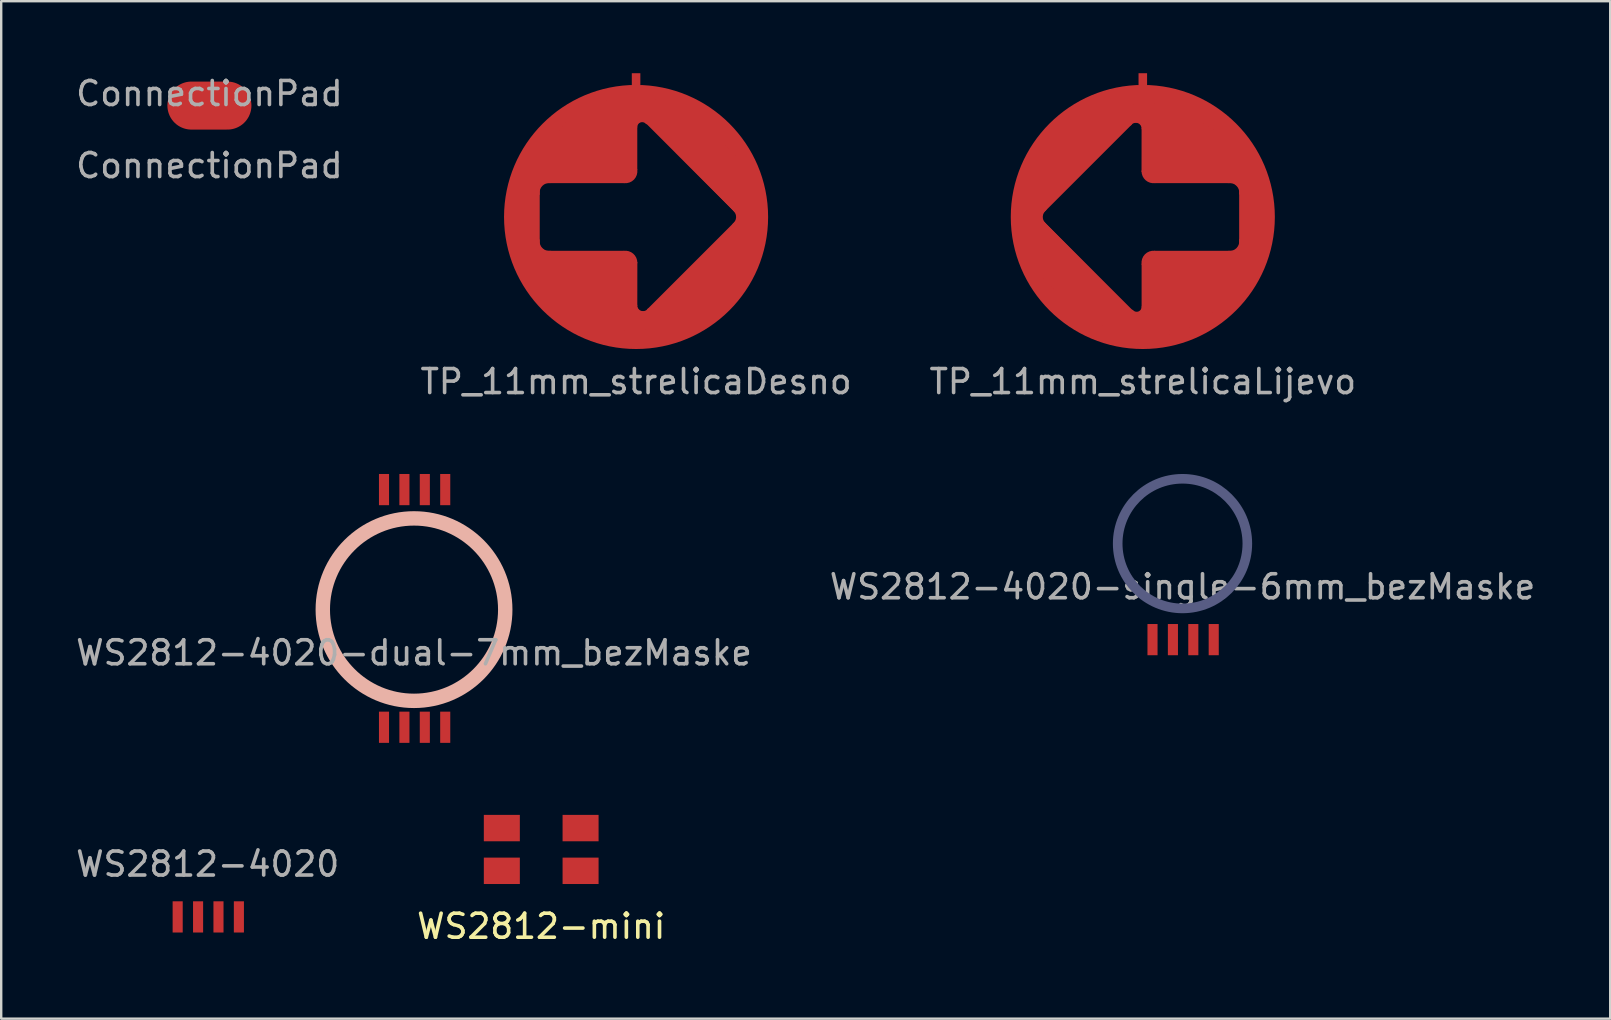
<source format=kicad_pcb>
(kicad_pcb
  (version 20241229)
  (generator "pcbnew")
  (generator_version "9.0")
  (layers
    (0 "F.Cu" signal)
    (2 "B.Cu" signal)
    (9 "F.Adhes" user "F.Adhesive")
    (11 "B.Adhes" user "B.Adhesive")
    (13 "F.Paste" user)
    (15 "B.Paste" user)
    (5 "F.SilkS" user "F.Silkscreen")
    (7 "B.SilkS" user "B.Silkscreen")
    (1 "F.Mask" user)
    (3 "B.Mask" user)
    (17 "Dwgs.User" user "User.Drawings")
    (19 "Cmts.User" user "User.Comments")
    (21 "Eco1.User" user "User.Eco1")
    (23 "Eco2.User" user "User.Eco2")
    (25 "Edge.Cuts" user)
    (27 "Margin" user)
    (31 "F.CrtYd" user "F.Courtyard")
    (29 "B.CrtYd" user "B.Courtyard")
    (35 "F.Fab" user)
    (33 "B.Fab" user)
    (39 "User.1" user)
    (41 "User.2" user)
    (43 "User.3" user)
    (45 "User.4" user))
  (footprint "TP_11mm_strelicaDesno"
    (layer "F.Cu")
    (at 23.446 5.988)
    (property "Reference" "TP_11mm_strelicaDesno" (at 0 6.858 0) (layer "F.Fab") (effects (font (size 1 1) (thickness 0.15))))
    (attr through_hole)
    (fp_line (start -4.064 -1.46) (end -0.494 -1.459) (stroke (width 0.1) (type solid)) (layer "F.Cu"))
    (fp_line (start -4.064 1.46) (end -4.064 -1.46) (stroke (width 0.1) (type solid)) (layer "F.Cu"))
    (fp_line (start -0.508 1.46) (end -4.064 1.46) (stroke (width 0.1) (type solid)) (layer "F.Cu"))
    (fp_line (start 0 -1.968) (end 0 -3.747) (stroke (width 0.1) (type solid)) (layer "F.Cu"))
    (fp_line (start 0.001 3.697) (end 0.003 1.905) (stroke (width 0.1) (type solid)) (layer "F.Cu"))
    (fp_line (start 0.445 -3.937) (end 4.381 0) (stroke (width 0.1) (type solid)) (layer "F.Cu"))
    (fp_line (start 4.381 0) (end 0.508 3.873) (stroke (width 0.1) (type solid)) (layer "F.Cu"))
    (fp_arc (start -4.064 -0.9525) (mid -3.94192 -1.328502) (end -3.569915 -1.462267) (stroke (width 0.1) (type solid)) (layer "F.Cu"))
    (fp_arc (start -3.556 1.4605) (mid -3.932002 1.33842) (end -4.065767 0.966415) (stroke (width 0.1) (type solid)) (layer "F.Cu"))
    (fp_arc (start -0.508 1.4605) (mid -0.151574 1.566551) (end 0.002499 1.905) (stroke (width 0.1) (type solid)) (layer "F.Cu"))
    (fp_arc (start 0 -3.7465) (mid 0.163824 -3.983954) (end 0.443971 -3.915103) (stroke (width 0.1) (type solid)) (layer "F.Cu"))
    (fp_arc (start 0 -1.9685) (mid -0.12208 -1.592498) (end -0.494085 -1.458733) (stroke (width 0.1) (type solid)) (layer "F.Cu"))
    (fp_arc (start 0.520255 3.859585) (mid 0.196856 3.957703) (end 0 3.683) (stroke (width 0.1) (type solid)) (layer "F.Cu"))
    (fp_arc (start 4.097508 -0.287508) (mid 4.215976 0.022485) (end 4.064 0.3175) (stroke (width 0.1) (type solid)) (layer "F.Cu"))
    (fp_circle (center 0 0) (end -5 0) (stroke (width 1) (type solid)) (fill no) (layer "F.Cu"))
    (fp_poly (pts (xy -4.128 -1.524) (xy -3.81 -1.524) (xy -4.128 -1.27)) (stroke (width 0.1) (type solid)) (fill yes) (layer "F.Cu"))
    (fp_poly (pts (xy -4.128 1.206) (xy -3.81 1.46) (xy -4.128 1.46)) (stroke (width 0.1) (type solid)) (fill yes) (layer "F.Cu"))
    (fp_poly (pts (xy -4.636 -0.064) (xy -4.064 -0.064) (xy -4.064 1.587) (xy -4.636 1.587)) (stroke (width 0.01) (type solid)) (fill yes) (layer "F.Cu"))
    (fp_poly (pts (xy 4.255 -0.064) (xy 4.445 -0.064) (xy 4.445 0.127) (xy 4.255 0.127)) (stroke (width 0.1) (type solid)) (fill yes) (layer "F.Cu"))
    (fp_poly (pts (xy -4.064 2.985) (xy -4.826 1.587) (xy -4.064 1.46) (xy -0.318 1.46) (xy -0.064 1.651) (xy 0 2.159) (xy 0 3.683) (xy 0.127 3.937) (xy 0.445 3.937) (xy 4.255 0.127) (xy 4.255 -0.064) (xy 0.635 -3.747) (xy 0.318 -4) (xy 0.064 -3.937) (xy 0 -3.619) (xy 0 -1.905) (xy -0.127 -1.587) (xy -0.381 -1.46) (xy -4.064 -1.46) (xy -4.064 0.064) (xy -4.889 0.064) (xy -4.508 -1.841) (xy -2.603 -4.381) (xy -0.064 -5.271) (xy 2.477 -4.191) (xy 4.953 -1.778) (xy 4.508 2.413) (xy 1.651 4.636) (xy -1.079 4.763)) (stroke (width 0.01) (type solid)) (fill yes) (layer "F.Cu"))
    (fp_poly (pts (xy 0.33 -3.93) (xy 0.37 -3.91) (xy 0.4 -3.88) (xy 0.45 -3.85) (xy 4.1 -0.2) (xy 4.13 -0.14) (xy 4.15 -0.08) (xy 4.16 -0.01) (xy 4.16 0.05) (xy 4.14 0.12) (xy 4.1 0.2) (xy 0.42 3.88) (xy 0.36 3.91) (xy 0.31 3.92) (xy 0.26 3.92) (xy 0.17 3.89) (xy 0.13 3.86) (xy 0.09 3.81) (xy 0.07 3.77) (xy 0.06 3.69) (xy 0.06 1.84) (xy 0.03 1.74) (xy -0.01 1.65) (xy -0.04 1.61) (xy -0.09 1.55) (xy -0.19 1.47) (xy -0.26 1.44) (xy -0.35 1.41) (xy -0.4 1.4) (xy -3.68 1.4) (xy -3.74 1.39) (xy -3.81 1.36) (xy -3.88 1.31) (xy -3.93 1.26) (xy -3.98 1.18) (xy -4 1.11) (xy -4.01 1.04) (xy -4.01 0.79) (xy -4 -0.17) (xy -4 -1.12) (xy -3.92 -1.27) (xy -3.83 -1.35) (xy -3.72 -1.4) (xy -0.41 -1.4) (xy -0.3 -1.42) (xy -0.22 -1.45) (xy -0.15 -1.49) (xy -0.1 -1.53) (xy -0.05 -1.59) (xy 0 -1.67) (xy 0.02 -1.71) (xy 0.04 -1.77) (xy 0.06 -1.84) (xy 0.06 -3.79) (xy 0.09 -3.86) (xy 0.14 -3.91) (xy 0.18 -3.93) (xy 0.21 -3.94) (xy 0.3 -3.94)) (stroke (width 0.001) (type solid)) (fill yes) (layer "F.Mask"))
    (fp_circle (center 0 0) (end 5.3 0) (stroke (width 0.001) (type solid)) (fill yes) (layer "B.Mask"))
    (pad "1" smd rect (at 0 -5.738) (size 0.356 0.5) (layers "F.Cu"))
    (zone (net_name "") (layer "F.Cu") (hatch edge 0.508) (connect_pads) (min_thickness 0.254) (filled_areas_thickness no) (keepout (tracks not_allowed) (vias not_allowed) (pads not_allowed) (copperpour not_allowed) (footprints allowed)) (placement (enabled no)) (fill) (polygon (pts (xy 28.451 5.988) (xy 28.432 5.543) (xy 28.372 5.102) (xy 28.274 4.667) (xy 28.138 4.243) (xy 27.964 3.833) (xy 27.754 3.44) (xy 27.511 3.067) (xy 27.235 2.717) (xy 26.93 2.394) (xy 26.596 2.098) (xy 26.238 1.834) (xy 25.858 1.602) (xy 25.458 1.405) (xy 25.043 1.244) (xy 24.615 1.121) (xy 24.178 1.037) (xy 23.735 0.991) (xy 23.289 0.985) (xy 22.845 1.019) (xy 22.406 1.092) (xy 21.975 1.204) (xy 21.555 1.354) (xy 21.151 1.54) (xy 20.765 1.762) (xy 20.4 2.017) (xy 20.059 2.304) (xy 19.745 2.619) (xy 19.46 2.962) (xy 19.207 3.328) (xy 18.987 3.716) (xy 18.803 4.121) (xy 18.655 4.541) (xy 18.545 4.973) (xy 18.475 5.413) (xy 18.443 5.857) (xy 18.451 6.302) (xy 18.499 6.745) (xy 18.586 7.182) (xy 18.711 7.609) (xy 18.874 8.024) (xy 19.073 8.422) (xy 19.307 8.801) (xy 19.573 9.158) (xy 19.87 9.49) (xy 20.196 9.794) (xy 20.547 10.068) (xy 20.921 10.309) (xy 21.315 10.517) (xy 21.726 10.688) (xy 22.151 10.822) (xy 22.586 10.918) (xy 23.028 10.975) (xy 23.473 10.993) (xy 23.917 10.971) (xy 24.359 10.909) (xy 24.792 10.809) (xy 25.216 10.67) (xy 25.625 10.494) (xy 26.017 10.283) (xy 26.388 10.037) (xy 26.737 9.759) (xy 27.059 9.452) (xy 27.353 9.117) (xy 27.615 8.758) (xy 27.845 8.376) (xy 28.04 7.976) (xy 28.198 7.559) (xy 28.319 7.131) (xy 28.402 6.693) (xy 28.445 6.25))))
    (zone (net_name "") (layer "B.Cu") (hatch edge 0.508) (connect_pads) (min_thickness 0.254) (filled_areas_thickness no) (keepout (tracks not_allowed) (vias not_allowed) (pads not_allowed) (copperpour not_allowed) (footprints allowed)) (placement (enabled no)) (fill) (polygon (pts (xy 28.451 5.988) (xy 28.432 5.543) (xy 28.372 5.102) (xy 28.274 4.667) (xy 28.138 4.243) (xy 27.964 3.833) (xy 27.754 3.44) (xy 27.511 3.067) (xy 27.235 2.717) (xy 26.93 2.394) (xy 26.596 2.098) (xy 26.238 1.834) (xy 25.858 1.602) (xy 25.458 1.405) (xy 25.043 1.244) (xy 24.615 1.121) (xy 24.178 1.037) (xy 23.735 0.991) (xy 23.289 0.985) (xy 22.845 1.019) (xy 22.406 1.092) (xy 21.975 1.204) (xy 21.555 1.354) (xy 21.151 1.54) (xy 20.765 1.762) (xy 20.4 2.017) (xy 20.059 2.304) (xy 19.745 2.619) (xy 19.46 2.962) (xy 19.207 3.328) (xy 18.987 3.716) (xy 18.803 4.121) (xy 18.655 4.541) (xy 18.545 4.973) (xy 18.475 5.413) (xy 18.443 5.857) (xy 18.451 6.302) (xy 18.499 6.745) (xy 18.586 7.182) (xy 18.711 7.609) (xy 18.874 8.024) (xy 19.073 8.422) (xy 19.307 8.801) (xy 19.573 9.158) (xy 19.87 9.49) (xy 20.196 9.794) (xy 20.547 10.068) (xy 20.921 10.309) (xy 21.315 10.517) (xy 21.726 10.688) (xy 22.151 10.822) (xy 22.586 10.918) (xy 23.028 10.975) (xy 23.473 10.993) (xy 23.917 10.971) (xy 24.359 10.909) (xy 24.792 10.809) (xy 25.216 10.67) (xy 25.625 10.494) (xy 26.017 10.283) (xy 26.388 10.037) (xy 26.737 9.759) (xy 27.059 9.452) (xy 27.353 9.117) (xy 27.615 8.758) (xy 27.845 8.376) (xy 28.04 7.976) (xy 28.198 7.559) (xy 28.319 7.131) (xy 28.402 6.693) (xy 28.445 6.25)))))
  (footprint "TP_11mm_strelicaLijevo"
    (layer "F.Cu")
    (at 44.554 5.988)
    (property "Reference" "TP_11mm_strelicaLijevo" (at 0 6.858 0) (layer "F.Fab") (effects (font (size 1 1) (thickness 0.15))))
    (attr through_hole)
    (fp_line (start -4.381 0) (end -0.508 -3.873) (stroke (width 0.1) (type solid)) (layer "F.Cu"))
    (fp_line (start -0.445 3.937) (end -4.381 0) (stroke (width 0.1) (type solid)) (layer "F.Cu"))
    (fp_line (start -0.001 -3.697) (end -0.003 -1.905) (stroke (width 0.1) (type solid)) (layer "F.Cu"))
    (fp_line (start 0 1.968) (end 0 3.747) (stroke (width 0.1) (type solid)) (layer "F.Cu"))
    (fp_line (start 0.508 -1.46) (end 4.064 -1.46) (stroke (width 0.1) (type solid)) (layer "F.Cu"))
    (fp_line (start 4.064 -1.46) (end 4.064 1.46) (stroke (width 0.1) (type solid)) (layer "F.Cu"))
    (fp_line (start 4.064 1.46) (end 0.494 1.459) (stroke (width 0.1) (type solid)) (layer "F.Cu"))
    (fp_arc (start -4.097508 0.287508) (mid -4.215976 -0.022485) (end -4.064 -0.3175) (stroke (width 0.1) (type solid)) (layer "F.Cu"))
    (fp_arc (start -0.520255 -3.859585) (mid -0.196856 -3.957703) (end 0 -3.683) (stroke (width 0.1) (type solid)) (layer "F.Cu"))
    (fp_arc (start 0 1.9685) (mid 0.12208 1.592498) (end 0.494085 1.458733) (stroke (width 0.1) (type solid)) (layer "F.Cu"))
    (fp_arc (start 0 3.7465) (mid -0.163824 3.983954) (end -0.443971 3.915103) (stroke (width 0.1) (type solid)) (layer "F.Cu"))
    (fp_arc (start 0.508 -1.4605) (mid 0.151574 -1.566551) (end -0.002499 -1.905) (stroke (width 0.1) (type solid)) (layer "F.Cu"))
    (fp_arc (start 3.556 -1.4605) (mid 3.932002 -1.33842) (end 4.065767 -0.966415) (stroke (width 0.1) (type solid)) (layer "F.Cu"))
    (fp_arc (start 4.064 0.9525) (mid 3.94192 1.328502) (end 3.569915 1.462267) (stroke (width 0.1) (type solid)) (layer "F.Cu"))
    (fp_circle (center 0 0) (end 5 0) (stroke (width 1) (type solid)) (fill no) (layer "F.Cu"))
    (fp_poly (pts (xy 4.128 -1.206) (xy 3.81 -1.46) (xy 4.128 -1.46)) (stroke (width 0.1) (type solid)) (fill yes) (layer "F.Cu"))
    (fp_poly (pts (xy 4.128 1.524) (xy 3.81 1.524) (xy 4.128 1.27)) (stroke (width 0.1) (type solid)) (fill yes) (layer "F.Cu"))
    (fp_poly (pts (xy -4.255 0.064) (xy -4.445 0.064) (xy -4.445 -0.127) (xy -4.255 -0.127)) (stroke (width 0.1) (type solid)) (fill yes) (layer "F.Cu"))
    (fp_poly (pts (xy 4.636 0.064) (xy 4.064 0.064) (xy 4.064 -1.587) (xy 4.636 -1.587)) (stroke (width 0.01) (type solid)) (fill yes) (layer "F.Cu"))
    (fp_poly (pts (xy 4.064 -2.985) (xy 4.826 -1.587) (xy 4.064 -1.46) (xy 0.318 -1.46) (xy 0.064 -1.651) (xy 0 -2.159) (xy 0 -3.683) (xy -0.127 -3.937) (xy -0.445 -3.937) (xy -4.255 -0.127) (xy -4.255 0.064) (xy -0.635 3.747) (xy -0.318 4) (xy -0.064 3.937) (xy 0 3.619) (xy 0 1.905) (xy 0.127 1.587) (xy 0.381 1.46) (xy 4.064 1.46) (xy 4.064 -0.064) (xy 4.889 -0.064) (xy 4.508 1.841) (xy 2.603 4.381) (xy 0.064 5.271) (xy -2.477 4.191) (xy -4.953 1.778) (xy -4.508 -2.413) (xy -1.651 -4.636) (xy 1.079 -4.763)) (stroke (width 0.01) (type solid)) (fill yes) (layer "F.Cu"))
    (fp_circle (center 0 0) (end 5.3 0) (stroke (width 0.001) (type solid)) (fill yes) (layer "B.Mask"))
    (pad "1" smd rect (at 0 -5.738) (size 0.356 0.5) (layers "F.Cu")))
  (footprint "ConnectionPad"
    (layer "F.Cu")
    (at 5.673 1.348)
    (property "Reference" "ConnectionPad" (at 0 -0.5 0) (unlocked yes) (layer "F.Fab") (effects (font (size 1 1) (thickness 0.15))))
    (attr smd)
    (fp_text user "${REFERENCE}" (at 0 2.5 0) (unlocked yes) (layer "F.Fab") (effects (font (size 1 1) (thickness 0.15))))
    (pad "1" smd oval (at 0 0) (size 3.5 2) (layers "F.Cu" "F.Mask" "F.Paste")))
  (footprint "WS2812-4020-single-6mm_bezMaske"
    (layer "F.Cu")
    (at 46.208 19.594)
    (property "Reference" "WS2812-4020-single-6mm_bezMaske" (at 0 1.8 0) (layer "F.Fab") (effects (font (size 1 1) (thickness 0.15))))
    (attr smd)
    (fp_circle (center 0 0) (end 2.35 0) (stroke (width 0.12) (type solid)) (fill yes) (layer "F.Mask"))
    (fp_circle (center 0 0) (end 2.35 0) (stroke (width 0.12) (type solid)) (fill yes) (layer "B.Mask"))
    (fp_circle (center 0 0) (end 2.7 0) (stroke (width 0.4) (type solid)) (fill no) (layer "B.Fab"))
    (pad "1" smd rect (at 1.3 4) (size 0.42 1.3) (layers "F.Cu" "F.Mask" "F.Paste"))
    (pad "2" smd rect (at 0.45 4) (size 0.42 1.3) (layers "F.Cu" "F.Mask" "F.Paste"))
    (pad "3" smd rect (at -0.4 4) (size 0.42 1.3) (layers "F.Cu" "F.Mask" "F.Paste"))
    (pad "4" smd rect (at -1.25 4) (size 0.42 1.3) (layers "F.Cu" "F.Mask" "F.Paste"))
    (zone (net_name "") (layer "F.Cu") (hatch edge 0.508) (connect_pads) (min_thickness 0.254) (filled_areas_thickness no) (keepout (tracks not_allowed) (vias not_allowed) (pads not_allowed) (copperpour not_allowed) (footprints allowed)) (placement (enabled no)) (fill) (polygon (pts (xy 48.704 19.594) (xy 48.684 19.281) (xy 48.625 18.974) (xy 48.529 18.675) (xy 48.395 18.392) (xy 48.227 18.127) (xy 48.027 17.886) (xy 47.799 17.671) (xy 47.545 17.487) (xy 47.271 17.336) (xy 46.979 17.221) (xy 46.676 17.143) (xy 46.365 17.104) (xy 46.052 17.104) (xy 45.741 17.143) (xy 45.437 17.221) (xy 45.146 17.336) (xy 44.871 17.487) (xy 44.618 17.671) (xy 44.389 17.886) (xy 44.189 18.127) (xy 44.022 18.392) (xy 43.888 18.675) (xy 43.791 18.974) (xy 43.733 19.281) (xy 43.713 19.594) (xy 43.733 19.907) (xy 43.791 20.215) (xy 43.888 20.513) (xy 44.022 20.796) (xy 44.189 21.061) (xy 44.389 21.302) (xy 44.618 21.517) (xy 44.871 21.701) (xy 45.146 21.852) (xy 45.437 21.967) (xy 45.741 22.045) (xy 46.052 22.085) (xy 46.365 22.085) (xy 46.676 22.045) (xy 46.979 21.967) (xy 47.271 21.852) (xy 47.545 21.701) (xy 47.799 21.517) (xy 48.027 21.302) (xy 48.227 21.061) (xy 48.395 20.796) (xy 48.529 20.513) (xy 48.625 20.215) (xy 48.684 19.907))))
    (zone (net_name "") (layer "B.Cu") (hatch edge 0.508) (connect_pads) (min_thickness 0.254) (filled_areas_thickness no) (keepout (tracks not_allowed) (vias not_allowed) (pads not_allowed) (copperpour not_allowed) (footprints allowed)) (placement (enabled no)) (fill) (polygon (pts (xy 48.704 19.594) (xy 48.684 19.281) (xy 48.625 18.974) (xy 48.529 18.675) (xy 48.395 18.392) (xy 48.227 18.127) (xy 48.027 17.886) (xy 47.799 17.671) (xy 47.545 17.487) (xy 47.271 17.336) (xy 46.979 17.221) (xy 46.676 17.143) (xy 46.365 17.104) (xy 46.052 17.104) (xy 45.741 17.143) (xy 45.437 17.221) (xy 45.146 17.336) (xy 44.871 17.487) (xy 44.618 17.671) (xy 44.389 17.886) (xy 44.189 18.127) (xy 44.022 18.392) (xy 43.888 18.675) (xy 43.791 18.974) (xy 43.733 19.281) (xy 43.713 19.594) (xy 43.733 19.907) (xy 43.791 20.215) (xy 43.888 20.513) (xy 44.022 20.796) (xy 44.189 21.061) (xy 44.389 21.302) (xy 44.618 21.517) (xy 44.871 21.701) (xy 45.146 21.852) (xy 45.437 21.967) (xy 45.741 22.045) (xy 46.052 22.085) (xy 46.365 22.085) (xy 46.676 22.045) (xy 46.979 21.967) (xy 47.271 21.852) (xy 47.545 21.701) (xy 47.799 21.517) (xy 48.027 21.302) (xy 48.227 21.061) (xy 48.395 20.796) (xy 48.529 20.513) (xy 48.625 20.215) (xy 48.684 19.907)))))
  (footprint "WS2812-mini"
    (layer "F.Cu")
    (at 19.494 32.334)
    (property "Reference" "WS2812-mini" (at 0 3.2 0) (layer "F.SilkS") (effects (font (size 1 1) (thickness 0.15))))
    (attr smd)
    (pad "1" smd rect (at -1.64 -0.89) (size 1.5 1.1) (layers "F.Cu" "F.Mask" "F.Paste"))
    (pad "2" smd rect (at -1.64 0.89) (size 1.5 1.1) (layers "F.Cu" "F.Mask" "F.Paste"))
    (pad "3" smd rect (at 1.64 0.89) (size 1.5 1.1) (layers "F.Cu" "F.Mask" "F.Paste"))
    (pad "4" smd rect (at 1.64 -0.89) (size 1.5 1.1) (layers "F.Cu" "F.Mask" "F.Paste")))
  (footprint "WS2812-4020"
    (layer "F.Cu")
    (at 5.601 31.144)
    (property "Reference" "WS2812-4020" (at 0 1.8 0) (layer "F.Fab") (effects (font (size 1 1) (thickness 0.15))))
    (attr smd)
    (pad "1" smd rect (at 1.3 4) (size 0.42 1.3) (layers "F.Cu" "F.Mask" "F.Paste"))
    (pad "2" smd rect (at 0.45 4) (size 0.42 1.3) (layers "F.Cu" "F.Mask" "F.Paste"))
    (pad "3" smd rect (at -0.4 4) (size 0.42 1.3) (layers "F.Cu" "F.Mask" "F.Paste"))
    (pad "4" smd rect (at -1.25 4) (size 0.42 1.3) (layers "F.Cu" "F.Mask" "F.Paste")))
  (footprint "WS2812-4020-dual-7mm_bezMaske"
    (layer "F.Cu")
    (at 14.196 22.344)
    (property "Reference" "WS2812-4020-dual-7mm_bezMaske" (at 0 1.8 0) (layer "F.Fab") (effects (font (size 1 1) (thickness 0.15))))
    (attr smd)
    (fp_circle (center 0 0) (end 3.45 0) (stroke (width 0.001) (type solid)) (fill yes) (layer "F.Mask"))
    (fp_circle (center 0 0) (end 3.45 0) (stroke (width 0.001) (type solid)) (fill yes) (layer "B.Mask"))
    (fp_circle (center 0 0) (end 3.8 0) (stroke (width 0.6) (type solid)) (fill no) (layer "B.SilkS"))
    (pad "1" smd rect (at 1.3 4.9) (size 0.42 1.3) (layers "F.Cu" "F.Mask" "F.Paste"))
    (pad "2" smd rect (at -0.4 -5) (size 0.42 1.3) (layers "F.Cu" "F.Mask" "F.Paste"))
    (pad "2" smd rect (at 0.45 4.9) (size 0.42 1.3) (layers "F.Cu" "F.Mask" "F.Paste"))
    (pad "3" smd rect (at -1.25 -5) (size 0.42 1.3) (layers "F.Cu" "F.Mask" "F.Paste"))
    (pad "3" smd rect (at -0.4 4.9) (size 0.42 1.3) (layers "F.Cu" "F.Mask" "F.Paste"))
    (pad "4" smd rect (at -1.25 4.9) (size 0.42 1.3) (layers "F.Cu" "F.Mask" "F.Paste"))
    (pad "4" smd rect (at 1.3 -5) (size 0.42 1.3) (layers "F.Cu" "F.Mask" "F.Paste"))
    (pad "5" smd rect (at 0.45 -5) (size 0.42 1.3) (layers "F.Cu" "F.Mask" "F.Paste"))
    (zone (net_name "") (layer "F.Cu") (hatch edge 0.508) (connect_pads) (min_thickness 0.254) (filled_areas_thickness no) (keepout (tracks not_allowed) (vias not_allowed) (pads not_allowed) (copperpour not_allowed) (footprints allowed)) (placement (enabled no)) (fill) (polygon (pts (xy 17.691 22.344) (xy 17.672 21.979) (xy 17.615 21.618) (xy 17.52 21.264) (xy 17.389 20.923) (xy 17.223 20.597) (xy 17.024 20.29) (xy 16.794 20.006) (xy 16.535 19.747) (xy 16.251 19.517) (xy 15.944 19.318) (xy 15.618 19.151) (xy 15.276 19.02) (xy 14.923 18.926) (xy 14.562 18.868) (xy 14.196 18.849) (xy 13.831 18.868) (xy 13.47 18.926) (xy 13.116 19.02) (xy 12.775 19.151) (xy 12.449 19.318) (xy 12.142 19.517) (xy 11.858 19.747) (xy 11.599 20.006) (xy 11.369 20.29) (xy 11.17 20.597) (xy 11.004 20.923) (xy 10.873 21.264) (xy 10.778 21.618) (xy 10.721 21.979) (xy 10.702 22.344) (xy 10.721 22.709) (xy 10.778 23.071) (xy 10.873 23.424) (xy 11.004 23.766) (xy 11.17 24.092) (xy 11.369 24.398) (xy 11.599 24.683) (xy 11.858 24.941) (xy 12.142 25.171) (xy 12.449 25.371) (xy 12.775 25.537) (xy 13.116 25.668) (xy 13.47 25.763) (xy 13.831 25.82) (xy 14.196 25.839) (xy 14.562 25.82) (xy 14.923 25.763) (xy 15.276 25.668) (xy 15.618 25.537) (xy 15.944 25.371) (xy 16.251 25.171) (xy 16.535 24.941) (xy 16.794 24.683) (xy 17.024 24.398) (xy 17.223 24.092) (xy 17.389 23.766) (xy 17.52 23.424) (xy 17.615 23.071) (xy 17.672 22.709))))
    (zone (net_name "") (layer "B.Cu") (hatch edge 0.508) (connect_pads) (min_thickness 0.254) (filled_areas_thickness no) (keepout (tracks not_allowed) (vias not_allowed) (pads not_allowed) (copperpour not_allowed) (footprints allowed)) (placement (enabled no)) (fill) (polygon (pts (xy 17.691 22.344) (xy 17.672 21.979) (xy 17.615 21.618) (xy 17.52 21.264) (xy 17.389 20.923) (xy 17.223 20.597) (xy 17.024 20.29) (xy 16.794 20.006) (xy 16.535 19.747) (xy 16.251 19.517) (xy 15.944 19.318) (xy 15.618 19.151) (xy 15.276 19.02) (xy 14.923 18.926) (xy 14.562 18.868) (xy 14.196 18.849) (xy 13.831 18.868) (xy 13.47 18.926) (xy 13.116 19.02) (xy 12.775 19.151) (xy 12.449 19.318) (xy 12.142 19.517) (xy 11.858 19.747) (xy 11.599 20.006) (xy 11.369 20.29) (xy 11.17 20.597) (xy 11.004 20.923) (xy 10.873 21.264) (xy 10.778 21.618) (xy 10.721 21.979) (xy 10.702 22.344) (xy 10.721 22.709) (xy 10.778 23.071) (xy 10.873 23.424) (xy 11.004 23.766) (xy 11.17 24.092) (xy 11.369 24.398) (xy 11.599 24.683) (xy 11.858 24.941) (xy 12.142 25.171) (xy 12.449 25.371) (xy 12.775 25.537) (xy 13.116 25.668) (xy 13.47 25.763) (xy 13.831 25.82) (xy 14.196 25.839) (xy 14.562 25.82) (xy 14.923 25.763) (xy 15.276 25.668) (xy 15.618 25.537) (xy 15.944 25.371) (xy 16.251 25.171) (xy 16.535 24.941) (xy 16.794 24.683) (xy 17.024 24.398) (xy 17.223 24.092) (xy 17.389 23.766) (xy 17.52 23.424) (xy 17.615 23.071) (xy 17.672 22.709)))))
  (gr_rect
    (start -3 -3)
    (end 64.024 39.382)
    (stroke (width 0.1) (type default))
    (fill no)
    (layer "Edge.Cuts")))
</source>
